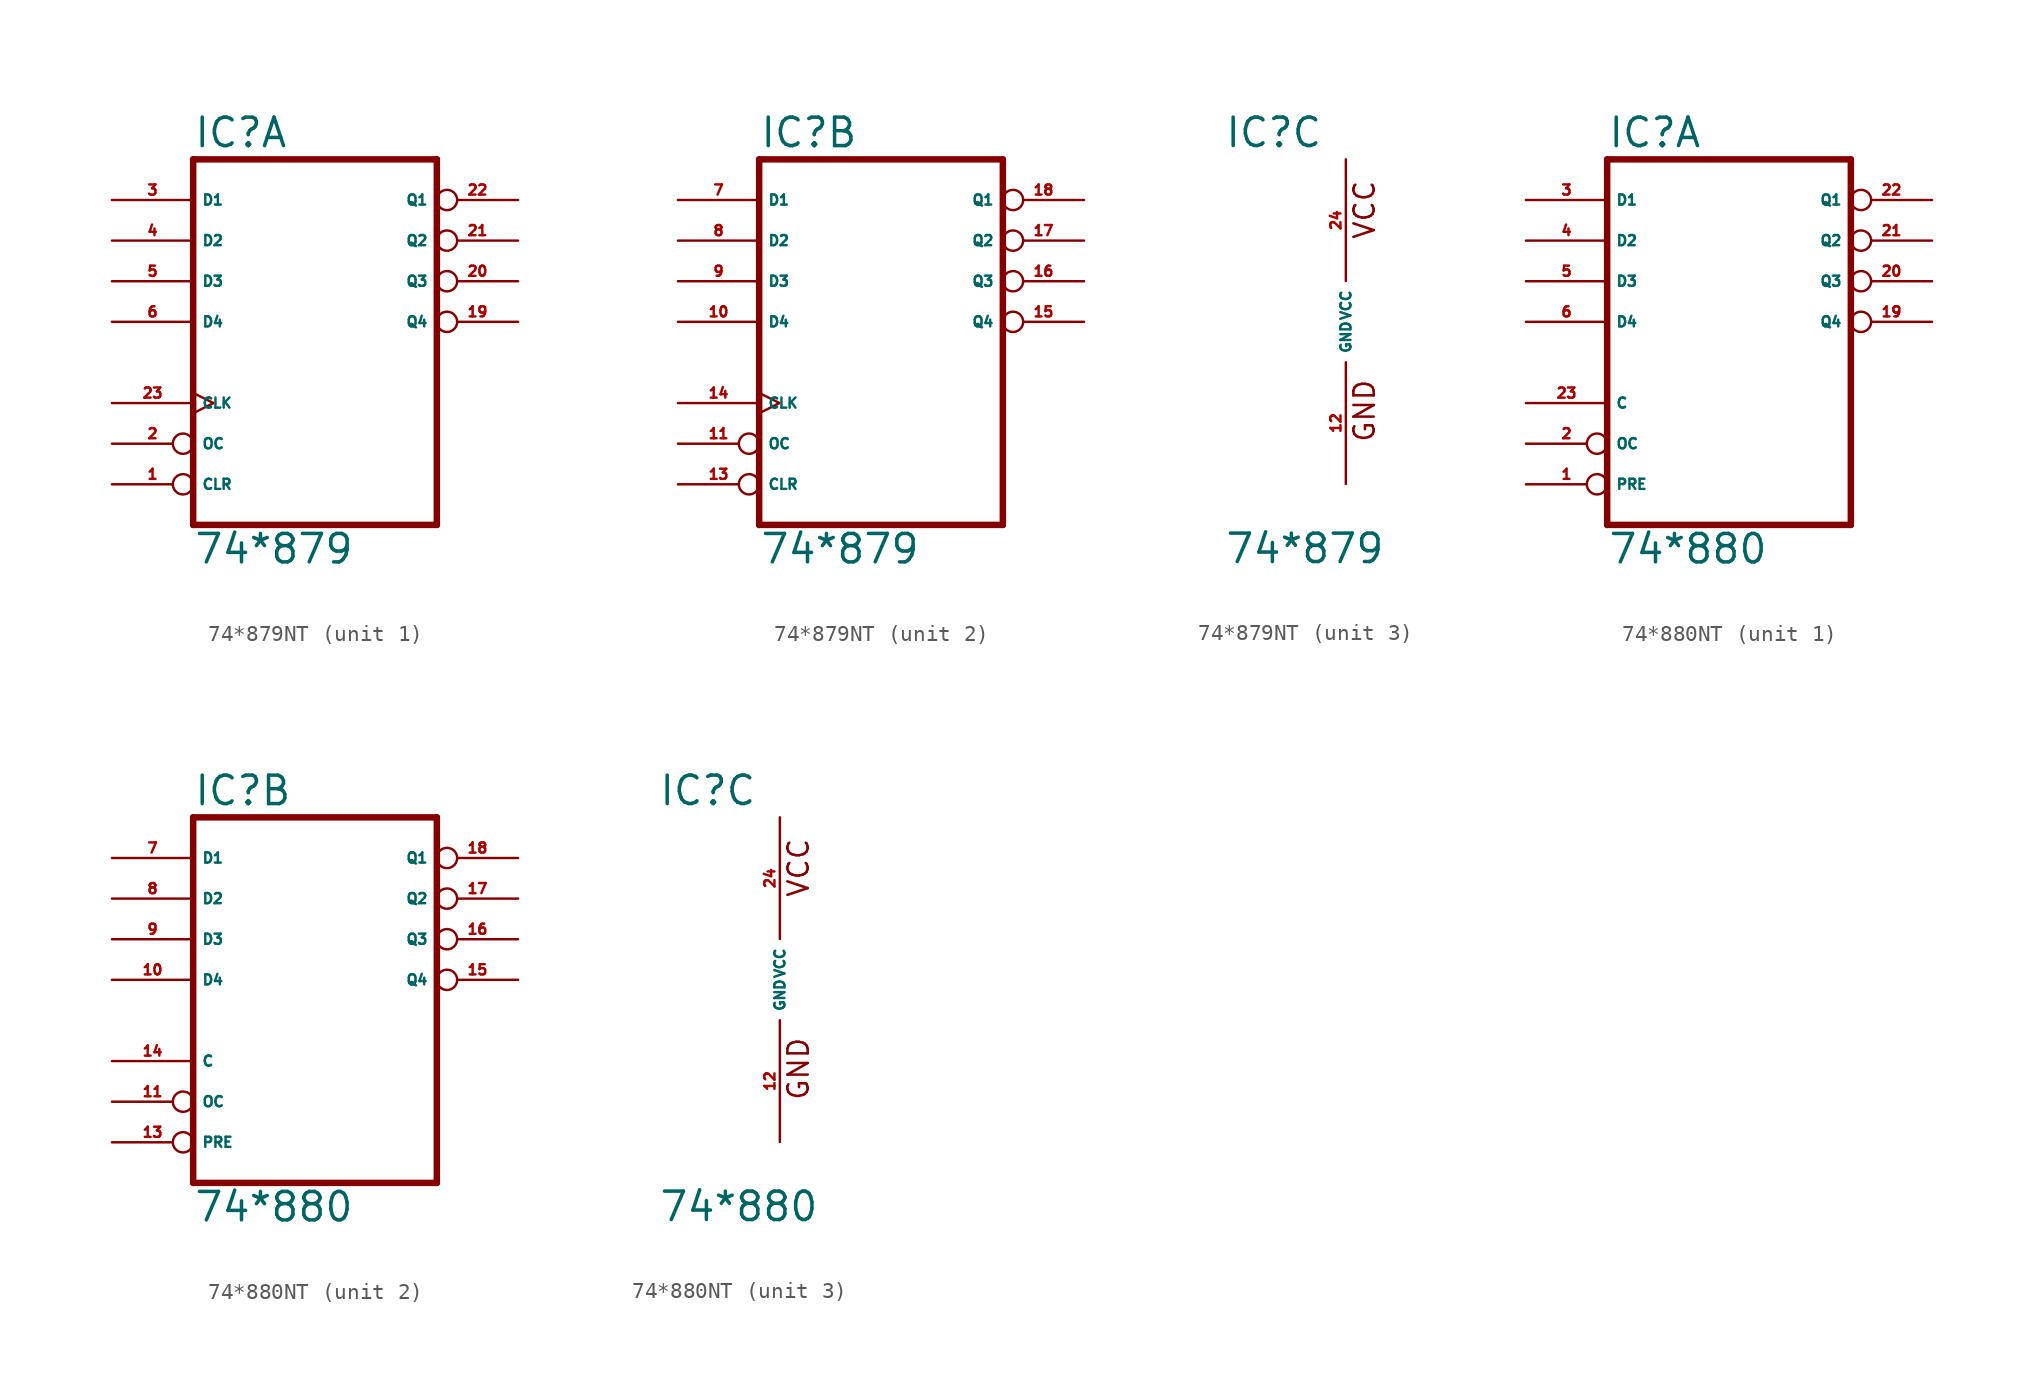
<source format=kicad_sym>
(kicad_symbol_lib
  (version 20220914)
  (generator Eagle2Kicad)
  (symbol "74*879NT"
    (property "Reference" "IC"
      (at -7.62 10.795 0)
      (effects (font (size 1.778 1.778) (thickness 0.22)) (justify left bottom)))
    (property "Value" "74*879"
      (at -7.62 -15.24 0)
      (effects (font (size 1.778 1.778) (thickness 0.22)) (justify left bottom)))
    (symbol "74*879NT_1_0"
      (polyline (pts (xy -7.62 -12.7) (xy 7.62 -12.7)) (stroke (width 0.406) (type default)) (fill (type none)))
      (polyline (pts (xy 7.62 -12.7) (xy 7.62 10.16)) (stroke (width 0.406) (type default)) (fill (type none)))
      (polyline (pts (xy 7.62 10.16) (xy -7.62 10.16)) (stroke (width 0.406) (type default)) (fill (type none)))
      (polyline (pts (xy -7.62 10.16) (xy -7.62 -12.7)) (stroke (width 0.406) (type default)) (fill (type none)))
      (pin input inverted (at -12.7 -10.16 0) (length 5.08) (name "CLR" (effects (font (size 0.635 0.635) (thickness 0.08)) (justify left bottom))) (number "1" (effects (font (size 0.635 0.635) (thickness 0.08)) (justify left bottom))))
      (pin input inverted (at -12.7 -7.62 0) (length 5.08) (name "OC" (effects (font (size 0.635 0.635) (thickness 0.08)) (justify left bottom))) (number "2" (effects (font (size 0.635 0.635) (thickness 0.08)) (justify left bottom))))
      (pin input line (at -12.7 7.62 0) (length 5.08) (name "D1" (effects (font (size 0.635 0.635) (thickness 0.08)) (justify left bottom))) (number "3" (effects (font (size 0.635 0.635) (thickness 0.08)) (justify left bottom))))
      (pin input line (at -12.7 5.08 0) (length 5.08) (name "D2" (effects (font (size 0.635 0.635) (thickness 0.08)) (justify left bottom))) (number "4" (effects (font (size 0.635 0.635) (thickness 0.08)) (justify left bottom))))
      (pin input line (at -12.7 2.54 0) (length 5.08) (name "D3" (effects (font (size 0.635 0.635) (thickness 0.08)) (justify left bottom))) (number "5" (effects (font (size 0.635 0.635) (thickness 0.08)) (justify left bottom))))
      (pin input line (at -12.7 0 0) (length 5.08) (name "D4" (effects (font (size 0.635 0.635) (thickness 0.08)) (justify left bottom))) (number "6" (effects (font (size 0.635 0.635) (thickness 0.08)) (justify left bottom))))
      (pin tri_state inverted (at 12.7 0 180) (length 5.08) (name "Q4" (effects (font (size 0.635 0.635) (thickness 0.08)) (justify left bottom))) (number "19" (effects (font (size 0.635 0.635) (thickness 0.08)) (justify left bottom))))
      (pin tri_state inverted (at 12.7 2.54 180) (length 5.08) (name "Q3" (effects (font (size 0.635 0.635) (thickness 0.08)) (justify left bottom))) (number "20" (effects (font (size 0.635 0.635) (thickness 0.08)) (justify left bottom))))
      (pin tri_state inverted (at 12.7 5.08 180) (length 5.08) (name "Q2" (effects (font (size 0.635 0.635) (thickness 0.08)) (justify left bottom))) (number "21" (effects (font (size 0.635 0.635) (thickness 0.08)) (justify left bottom))))
      (pin tri_state inverted (at 12.7 7.62 180) (length 5.08) (name "Q1" (effects (font (size 0.635 0.635) (thickness 0.08)) (justify left bottom))) (number "22" (effects (font (size 0.635 0.635) (thickness 0.08)) (justify left bottom))))
      (pin input clock (at -12.7 -5.08 0) (length 5.08) (name "CLK" (effects (font (size 0.635 0.635) (thickness 0.08)) (justify left bottom))) (number "23" (effects (font (size 0.635 0.635) (thickness 0.08)) (justify left bottom)))))
    (symbol "74*879NT_2_0"
      (polyline (pts (xy -7.62 -12.7) (xy 7.62 -12.7)) (stroke (width 0.406) (type default)) (fill (type none)))
      (polyline (pts (xy 7.62 -12.7) (xy 7.62 10.16)) (stroke (width 0.406) (type default)) (fill (type none)))
      (polyline (pts (xy 7.62 10.16) (xy -7.62 10.16)) (stroke (width 0.406) (type default)) (fill (type none)))
      (polyline (pts (xy -7.62 10.16) (xy -7.62 -12.7)) (stroke (width 0.406) (type default)) (fill (type none)))
      (pin input inverted (at -12.7 -10.16 0) (length 5.08) (name "CLR" (effects (font (size 0.635 0.635) (thickness 0.08)) (justify left bottom))) (number "13" (effects (font (size 0.635 0.635) (thickness 0.08)) (justify left bottom))))
      (pin input inverted (at -12.7 -7.62 0) (length 5.08) (name "OC" (effects (font (size 0.635 0.635) (thickness 0.08)) (justify left bottom))) (number "11" (effects (font (size 0.635 0.635) (thickness 0.08)) (justify left bottom))))
      (pin input line (at -12.7 7.62 0) (length 5.08) (name "D1" (effects (font (size 0.635 0.635) (thickness 0.08)) (justify left bottom))) (number "7" (effects (font (size 0.635 0.635) (thickness 0.08)) (justify left bottom))))
      (pin input line (at -12.7 5.08 0) (length 5.08) (name "D2" (effects (font (size 0.635 0.635) (thickness 0.08)) (justify left bottom))) (number "8" (effects (font (size 0.635 0.635) (thickness 0.08)) (justify left bottom))))
      (pin input line (at -12.7 2.54 0) (length 5.08) (name "D3" (effects (font (size 0.635 0.635) (thickness 0.08)) (justify left bottom))) (number "9" (effects (font (size 0.635 0.635) (thickness 0.08)) (justify left bottom))))
      (pin input line (at -12.7 0 0) (length 5.08) (name "D4" (effects (font (size 0.635 0.635) (thickness 0.08)) (justify left bottom))) (number "10" (effects (font (size 0.635 0.635) (thickness 0.08)) (justify left bottom))))
      (pin tri_state inverted (at 12.7 0 180) (length 5.08) (name "Q4" (effects (font (size 0.635 0.635) (thickness 0.08)) (justify left bottom))) (number "15" (effects (font (size 0.635 0.635) (thickness 0.08)) (justify left bottom))))
      (pin tri_state inverted (at 12.7 2.54 180) (length 5.08) (name "Q3" (effects (font (size 0.635 0.635) (thickness 0.08)) (justify left bottom))) (number "16" (effects (font (size 0.635 0.635) (thickness 0.08)) (justify left bottom))))
      (pin tri_state inverted (at 12.7 5.08 180) (length 5.08) (name "Q2" (effects (font (size 0.635 0.635) (thickness 0.08)) (justify left bottom))) (number "17" (effects (font (size 0.635 0.635) (thickness 0.08)) (justify left bottom))))
      (pin tri_state inverted (at 12.7 7.62 180) (length 5.08) (name "Q1" (effects (font (size 0.635 0.635) (thickness 0.08)) (justify left bottom))) (number "18" (effects (font (size 0.635 0.635) (thickness 0.08)) (justify left bottom))))
      (pin input clock (at -12.7 -5.08 0) (length 5.08) (name "CLK" (effects (font (size 0.635 0.635) (thickness 0.08)) (justify left bottom))) (number "14" (effects (font (size 0.635 0.635) (thickness 0.08)) (justify left bottom)))))
    (symbol "74*879NT_3_0"
      (text "GND" (at 1.905 -7.62 900) (effects (font (size 1.27 1.27) (thickness 0.16)) (justify left bottom)))
      (text "VCC" (at 1.905 5.08 900) (effects (font (size 1.27 1.27) (thickness 0.16)) (justify left bottom)))
      (pin unspecified line (at 0 -10.16 90) (length 7.62) (name "GND" (effects (font (size 0.635 0.635) (thickness 0.08)) (justify left bottom))) (number "12" (effects (font (size 0.635 0.635) (thickness 0.08)) (justify left bottom))))
      (pin unspecified line (at 0 10.16 270) (length 7.62) (name "VCC" (effects (font (size 0.635 0.635) (thickness 0.08)) (justify left bottom))) (number "24" (effects (font (size 0.635 0.635) (thickness 0.08)) (justify left bottom))))))
  (symbol "74*880NT"
    (property "Reference" "IC"
      (at -7.62 10.795 0)
      (effects (font (size 1.778 1.778) (thickness 0.22)) (justify left bottom)))
    (property "Value" "74*880"
      (at -7.62 -15.24 0)
      (effects (font (size 1.778 1.778) (thickness 0.22)) (justify left bottom)))
    (symbol "74*880NT_1_0"
      (polyline (pts (xy -7.62 -12.7) (xy 7.62 -12.7)) (stroke (width 0.406) (type default)) (fill (type none)))
      (polyline (pts (xy 7.62 -12.7) (xy 7.62 10.16)) (stroke (width 0.406) (type default)) (fill (type none)))
      (polyline (pts (xy 7.62 10.16) (xy -7.62 10.16)) (stroke (width 0.406) (type default)) (fill (type none)))
      (polyline (pts (xy -7.62 10.16) (xy -7.62 -12.7)) (stroke (width 0.406) (type default)) (fill (type none)))
      (pin input inverted (at -12.7 -10.16 0) (length 5.08) (name "PRE" (effects (font (size 0.635 0.635) (thickness 0.08)) (justify left bottom))) (number "1" (effects (font (size 0.635 0.635) (thickness 0.08)) (justify left bottom))))
      (pin input inverted (at -12.7 -7.62 0) (length 5.08) (name "OC" (effects (font (size 0.635 0.635) (thickness 0.08)) (justify left bottom))) (number "2" (effects (font (size 0.635 0.635) (thickness 0.08)) (justify left bottom))))
      (pin input line (at -12.7 7.62 0) (length 5.08) (name "D1" (effects (font (size 0.635 0.635) (thickness 0.08)) (justify left bottom))) (number "3" (effects (font (size 0.635 0.635) (thickness 0.08)) (justify left bottom))))
      (pin input line (at -12.7 5.08 0) (length 5.08) (name "D2" (effects (font (size 0.635 0.635) (thickness 0.08)) (justify left bottom))) (number "4" (effects (font (size 0.635 0.635) (thickness 0.08)) (justify left bottom))))
      (pin input line (at -12.7 2.54 0) (length 5.08) (name "D3" (effects (font (size 0.635 0.635) (thickness 0.08)) (justify left bottom))) (number "5" (effects (font (size 0.635 0.635) (thickness 0.08)) (justify left bottom))))
      (pin input line (at -12.7 0 0) (length 5.08) (name "D4" (effects (font (size 0.635 0.635) (thickness 0.08)) (justify left bottom))) (number "6" (effects (font (size 0.635 0.635) (thickness 0.08)) (justify left bottom))))
      (pin tri_state inverted (at 12.7 0 180) (length 5.08) (name "Q4" (effects (font (size 0.635 0.635) (thickness 0.08)) (justify left bottom))) (number "19" (effects (font (size 0.635 0.635) (thickness 0.08)) (justify left bottom))))
      (pin tri_state inverted (at 12.7 2.54 180) (length 5.08) (name "Q3" (effects (font (size 0.635 0.635) (thickness 0.08)) (justify left bottom))) (number "20" (effects (font (size 0.635 0.635) (thickness 0.08)) (justify left bottom))))
      (pin tri_state inverted (at 12.7 5.08 180) (length 5.08) (name "Q2" (effects (font (size 0.635 0.635) (thickness 0.08)) (justify left bottom))) (number "21" (effects (font (size 0.635 0.635) (thickness 0.08)) (justify left bottom))))
      (pin tri_state inverted (at 12.7 7.62 180) (length 5.08) (name "Q1" (effects (font (size 0.635 0.635) (thickness 0.08)) (justify left bottom))) (number "22" (effects (font (size 0.635 0.635) (thickness 0.08)) (justify left bottom))))
      (pin input line (at -12.7 -5.08 0) (length 5.08) (name "C" (effects (font (size 0.635 0.635) (thickness 0.08)) (justify left bottom))) (number "23" (effects (font (size 0.635 0.635) (thickness 0.08)) (justify left bottom)))))
    (symbol "74*880NT_2_0"
      (polyline (pts (xy -7.62 -12.7) (xy 7.62 -12.7)) (stroke (width 0.406) (type default)) (fill (type none)))
      (polyline (pts (xy 7.62 -12.7) (xy 7.62 10.16)) (stroke (width 0.406) (type default)) (fill (type none)))
      (polyline (pts (xy 7.62 10.16) (xy -7.62 10.16)) (stroke (width 0.406) (type default)) (fill (type none)))
      (polyline (pts (xy -7.62 10.16) (xy -7.62 -12.7)) (stroke (width 0.406) (type default)) (fill (type none)))
      (pin input inverted (at -12.7 -10.16 0) (length 5.08) (name "PRE" (effects (font (size 0.635 0.635) (thickness 0.08)) (justify left bottom))) (number "13" (effects (font (size 0.635 0.635) (thickness 0.08)) (justify left bottom))))
      (pin input inverted (at -12.7 -7.62 0) (length 5.08) (name "OC" (effects (font (size 0.635 0.635) (thickness 0.08)) (justify left bottom))) (number "11" (effects (font (size 0.635 0.635) (thickness 0.08)) (justify left bottom))))
      (pin input line (at -12.7 7.62 0) (length 5.08) (name "D1" (effects (font (size 0.635 0.635) (thickness 0.08)) (justify left bottom))) (number "7" (effects (font (size 0.635 0.635) (thickness 0.08)) (justify left bottom))))
      (pin input line (at -12.7 5.08 0) (length 5.08) (name "D2" (effects (font (size 0.635 0.635) (thickness 0.08)) (justify left bottom))) (number "8" (effects (font (size 0.635 0.635) (thickness 0.08)) (justify left bottom))))
      (pin input line (at -12.7 2.54 0) (length 5.08) (name "D3" (effects (font (size 0.635 0.635) (thickness 0.08)) (justify left bottom))) (number "9" (effects (font (size 0.635 0.635) (thickness 0.08)) (justify left bottom))))
      (pin input line (at -12.7 0 0) (length 5.08) (name "D4" (effects (font (size 0.635 0.635) (thickness 0.08)) (justify left bottom))) (number "10" (effects (font (size 0.635 0.635) (thickness 0.08)) (justify left bottom))))
      (pin tri_state inverted (at 12.7 0 180) (length 5.08) (name "Q4" (effects (font (size 0.635 0.635) (thickness 0.08)) (justify left bottom))) (number "15" (effects (font (size 0.635 0.635) (thickness 0.08)) (justify left bottom))))
      (pin tri_state inverted (at 12.7 2.54 180) (length 5.08) (name "Q3" (effects (font (size 0.635 0.635) (thickness 0.08)) (justify left bottom))) (number "16" (effects (font (size 0.635 0.635) (thickness 0.08)) (justify left bottom))))
      (pin tri_state inverted (at 12.7 5.08 180) (length 5.08) (name "Q2" (effects (font (size 0.635 0.635) (thickness 0.08)) (justify left bottom))) (number "17" (effects (font (size 0.635 0.635) (thickness 0.08)) (justify left bottom))))
      (pin tri_state inverted (at 12.7 7.62 180) (length 5.08) (name "Q1" (effects (font (size 0.635 0.635) (thickness 0.08)) (justify left bottom))) (number "18" (effects (font (size 0.635 0.635) (thickness 0.08)) (justify left bottom))))
      (pin input line (at -12.7 -5.08 0) (length 5.08) (name "C" (effects (font (size 0.635 0.635) (thickness 0.08)) (justify left bottom))) (number "14" (effects (font (size 0.635 0.635) (thickness 0.08)) (justify left bottom)))))
    (symbol "74*880NT_3_0"
      (text "GND" (at 1.905 -7.62 900) (effects (font (size 1.27 1.27) (thickness 0.16)) (justify left bottom)))
      (text "VCC" (at 1.905 5.08 900) (effects (font (size 1.27 1.27) (thickness 0.16)) (justify left bottom)))
      (pin unspecified line (at 0 -10.16 90) (length 7.62) (name "GND" (effects (font (size 0.635 0.635) (thickness 0.08)) (justify left bottom))) (number "12" (effects (font (size 0.635 0.635) (thickness 0.08)) (justify left bottom))))
      (pin unspecified line (at 0 10.16 270) (length 7.62) (name "VCC" (effects (font (size 0.635 0.635) (thickness 0.08)) (justify left bottom))) (number "24" (effects (font (size 0.635 0.635) (thickness 0.08)) (justify left bottom)))))))
</source>
